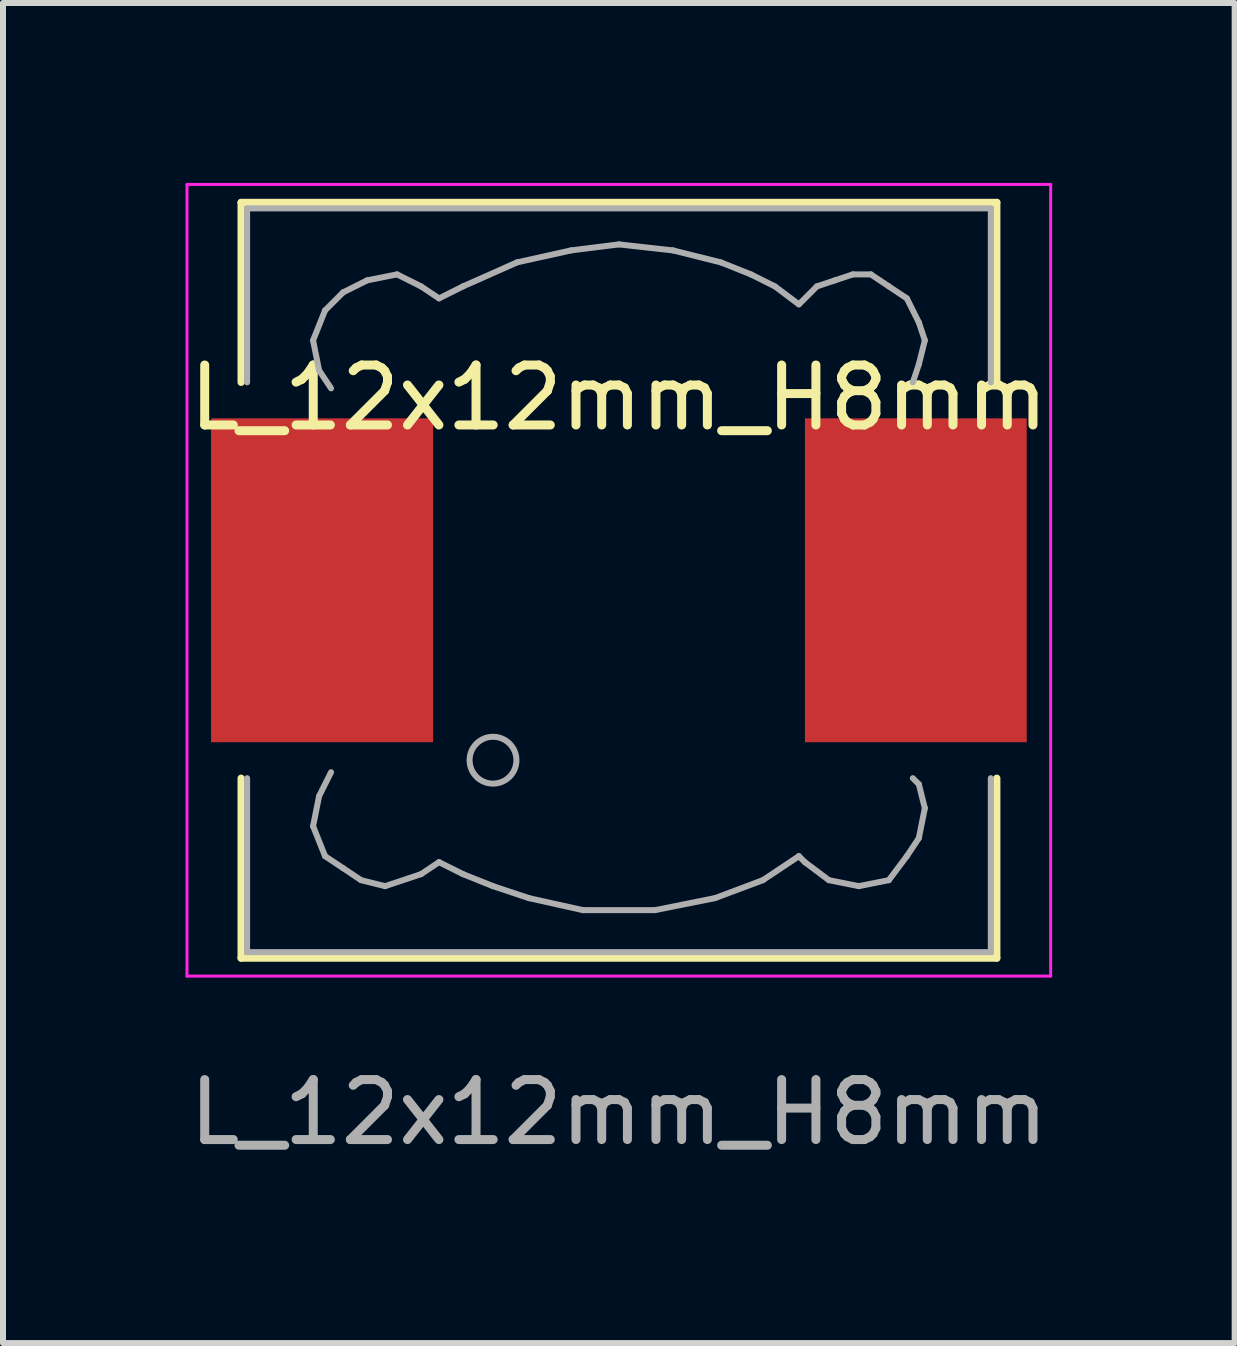
<source format=kicad_pcb>
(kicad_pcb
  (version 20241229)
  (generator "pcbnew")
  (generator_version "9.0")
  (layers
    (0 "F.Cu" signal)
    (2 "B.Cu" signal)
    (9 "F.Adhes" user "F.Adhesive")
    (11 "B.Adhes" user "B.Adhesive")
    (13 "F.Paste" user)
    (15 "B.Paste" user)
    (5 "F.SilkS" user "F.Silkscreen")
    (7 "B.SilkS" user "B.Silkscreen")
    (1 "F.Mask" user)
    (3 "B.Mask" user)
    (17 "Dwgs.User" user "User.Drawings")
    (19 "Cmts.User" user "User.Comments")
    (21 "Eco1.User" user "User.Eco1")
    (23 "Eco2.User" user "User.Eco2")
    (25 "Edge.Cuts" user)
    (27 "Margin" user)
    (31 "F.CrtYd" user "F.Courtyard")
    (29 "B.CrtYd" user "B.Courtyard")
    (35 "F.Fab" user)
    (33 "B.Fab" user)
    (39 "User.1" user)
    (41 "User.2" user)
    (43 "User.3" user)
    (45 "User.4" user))
  (footprint "L_12x12mm_H8mm"
    (layer "F.Cu")
    (at 7.268 6.502)
    (property "Reference" "L_12x12mm_H8mm" (at 0 -2.921 0) (unlocked yes) (layer "F.SilkS") (effects (font (size 1 1) (thickness 0.15))))
    (attr smd)
    (fp_line (start -6.298 -6.177) (end 6.302 -6.177) (stroke (width 0.12) (type solid)) (layer "F.SilkS"))
    (fp_line (start -6.298 -3.177) (end -6.298 -6.177) (stroke (width 0.12) (type solid)) (layer "F.SilkS"))
    (fp_line (start -6.298 6.423) (end -6.298 3.423) (stroke (width 0.12) (type solid)) (layer "F.SilkS"))
    (fp_line (start 6.302 -6.177) (end 6.302 -3.177) (stroke (width 0.12) (type solid)) (layer "F.SilkS"))
    (fp_line (start 6.302 3.423) (end 6.302 6.423) (stroke (width 0.12) (type solid)) (layer "F.SilkS"))
    (fp_line (start 6.302 6.423) (end -6.298 6.423) (stroke (width 0.12) (type solid)) (layer "F.SilkS"))
    (fp_line (start -7.2 -6.477) (end 7.2 -6.477) (stroke (width 0.05) (type solid)) (layer "F.CrtYd"))
    (fp_line (start -7.2 6.723) (end -7.2 -6.477) (stroke (width 0.05) (type solid)) (layer "F.CrtYd"))
    (fp_line (start 7.2 -6.477) (end 7.2 6.723) (stroke (width 0.05) (type solid)) (layer "F.CrtYd"))
    (fp_line (start 7.2 6.723) (end -7.2 6.723) (stroke (width 0.05) (type solid)) (layer "F.CrtYd"))
    (fp_line (start -6.198 -6.077) (end -6.198 -3.177) (stroke (width 0.1) (type solid)) (layer "F.Fab"))
    (fp_line (start -6.198 3.423) (end -6.198 6.323) (stroke (width 0.1) (type solid)) (layer "F.Fab"))
    (fp_line (start -6.198 6.323) (end 6.202 6.323) (stroke (width 0.1) (type solid)) (layer "F.Fab"))
    (fp_line (start -5.098 -3.877) (end -4.998 -3.377) (stroke (width 0.1) (type solid)) (layer "F.Fab"))
    (fp_line (start -5.098 4.223) (end -4.998 3.723) (stroke (width 0.1) (type solid)) (layer "F.Fab"))
    (fp_line (start -4.998 -3.377) (end -4.798 -3.077) (stroke (width 0.1) (type solid)) (layer "F.Fab"))
    (fp_line (start -4.998 3.723) (end -4.798 3.323) (stroke (width 0.1) (type solid)) (layer "F.Fab"))
    (fp_line (start -4.898 -4.377) (end -5.098 -3.877) (stroke (width 0.1) (type solid)) (layer "F.Fab"))
    (fp_line (start -4.898 4.723) (end -5.098 4.223) (stroke (width 0.1) (type solid)) (layer "F.Fab"))
    (fp_line (start -4.598 -4.677) (end -4.898 -4.377) (stroke (width 0.1) (type solid)) (layer "F.Fab"))
    (fp_line (start -4.598 4.923) (end -4.898 4.723) (stroke (width 0.1) (type solid)) (layer "F.Fab"))
    (fp_line (start -4.298 5.123) (end -4.598 4.923) (stroke (width 0.1) (type solid)) (layer "F.Fab"))
    (fp_line (start -4.198 -4.877) (end -4.598 -4.677) (stroke (width 0.1) (type solid)) (layer "F.Fab"))
    (fp_line (start -3.898 5.223) (end -4.298 5.123) (stroke (width 0.1) (type solid)) (layer "F.Fab"))
    (fp_line (start -3.698 -4.977) (end -4.198 -4.877) (stroke (width 0.1) (type solid)) (layer "F.Fab"))
    (fp_line (start -3.298 -4.777) (end -3.698 -4.977) (stroke (width 0.1) (type solid)) (layer "F.Fab"))
    (fp_line (start -3.298 5.023) (end -3.898 5.223) (stroke (width 0.1) (type solid)) (layer "F.Fab"))
    (fp_line (start -2.998 -4.577) (end -3.298 -4.777) (stroke (width 0.1) (type solid)) (layer "F.Fab"))
    (fp_line (start -2.998 4.823) (end -3.298 5.023) (stroke (width 0.1) (type solid)) (layer "F.Fab"))
    (fp_line (start -2.598 -4.777) (end -2.998 -4.577) (stroke (width 0.1) (type solid)) (layer "F.Fab"))
    (fp_line (start -2.598 5.023) (end -2.998 4.823) (stroke (width 0.1) (type solid)) (layer "F.Fab"))
    (fp_line (start -2.098 5.223) (end -2.598 5.023) (stroke (width 0.1) (type solid)) (layer "F.Fab"))
    (fp_line (start -1.698 -5.177) (end -2.598 -4.777) (stroke (width 0.1) (type solid)) (layer "F.Fab"))
    (fp_line (start -1.498 5.423) (end -2.098 5.223) (stroke (width 0.1) (type solid)) (layer "F.Fab"))
    (fp_line (start -0.798 -5.377) (end -1.698 -5.177) (stroke (width 0.1) (type solid)) (layer "F.Fab"))
    (fp_line (start -0.598 5.623) (end -1.498 5.423) (stroke (width 0.1) (type solid)) (layer "F.Fab"))
    (fp_line (start 0.002 -5.477) (end -0.798 -5.377) (stroke (width 0.1) (type solid)) (layer "F.Fab"))
    (fp_line (start 0.602 5.623) (end -0.598 5.623) (stroke (width 0.1) (type solid)) (layer "F.Fab"))
    (fp_line (start 0.902 -5.377) (end 0.002 -5.477) (stroke (width 0.1) (type solid)) (layer "F.Fab"))
    (fp_line (start 1.602 5.423) (end 0.602 5.623) (stroke (width 0.1) (type solid)) (layer "F.Fab"))
    (fp_line (start 1.702 -5.177) (end 0.902 -5.377) (stroke (width 0.1) (type solid)) (layer "F.Fab"))
    (fp_line (start 2.202 -4.977) (end 1.702 -5.177) (stroke (width 0.1) (type solid)) (layer "F.Fab"))
    (fp_line (start 2.402 5.123) (end 1.602 5.423) (stroke (width 0.1) (type solid)) (layer "F.Fab"))
    (fp_line (start 2.602 -4.777) (end 2.202 -4.977) (stroke (width 0.1) (type solid)) (layer "F.Fab"))
    (fp_line (start 3.002 -4.477) (end 2.602 -4.777) (stroke (width 0.1) (type solid)) (layer "F.Fab"))
    (fp_line (start 3.002 4.723) (end 2.402 5.123) (stroke (width 0.1) (type solid)) (layer "F.Fab"))
    (fp_line (start 3.102 4.823) (end 3.002 4.723) (stroke (width 0.1) (type solid)) (layer "F.Fab"))
    (fp_line (start 3.302 -4.777) (end 3.002 -4.477) (stroke (width 0.1) (type solid)) (layer "F.Fab"))
    (fp_line (start 3.502 5.123) (end 3.102 4.823) (stroke (width 0.1) (type solid)) (layer "F.Fab"))
    (fp_line (start 3.602 -4.877) (end 3.302 -4.777) (stroke (width 0.1) (type solid)) (layer "F.Fab"))
    (fp_line (start 3.902 -4.977) (end 3.602 -4.877) (stroke (width 0.1) (type solid)) (layer "F.Fab"))
    (fp_line (start 4.002 5.223) (end 3.502 5.123) (stroke (width 0.1) (type solid)) (layer "F.Fab"))
    (fp_line (start 4.202 -4.977) (end 3.902 -4.977) (stroke (width 0.1) (type solid)) (layer "F.Fab"))
    (fp_line (start 4.502 -4.777) (end 4.202 -4.977) (stroke (width 0.1) (type solid)) (layer "F.Fab"))
    (fp_line (start 4.502 5.123) (end 4.002 5.223) (stroke (width 0.1) (type solid)) (layer "F.Fab"))
    (fp_line (start 4.802 -4.577) (end 4.502 -4.777) (stroke (width 0.1) (type solid)) (layer "F.Fab"))
    (fp_line (start 4.802 4.723) (end 4.502 5.123) (stroke (width 0.1) (type solid)) (layer "F.Fab"))
    (fp_line (start 4.902 -3.177) (end 5.002 -3.477) (stroke (width 0.1) (type solid)) (layer "F.Fab"))
    (fp_line (start 4.902 3.423) (end 5.002 3.523) (stroke (width 0.1) (type solid)) (layer "F.Fab"))
    (fp_line (start 5.002 -4.177) (end 4.802 -4.577) (stroke (width 0.1) (type solid)) (layer "F.Fab"))
    (fp_line (start 5.002 -3.477) (end 5.102 -3.877) (stroke (width 0.1) (type solid)) (layer "F.Fab"))
    (fp_line (start 5.002 3.523) (end 5.102 3.923) (stroke (width 0.1) (type solid)) (layer "F.Fab"))
    (fp_line (start 5.002 4.423) (end 4.802 4.723) (stroke (width 0.1) (type solid)) (layer "F.Fab"))
    (fp_line (start 5.102 -3.877) (end 5.002 -4.177) (stroke (width 0.1) (type solid)) (layer "F.Fab"))
    (fp_line (start 5.102 3.923) (end 5.002 4.423) (stroke (width 0.1) (type solid)) (layer "F.Fab"))
    (fp_line (start 6.202 -6.077) (end -6.198 -6.077) (stroke (width 0.1) (type solid)) (layer "F.Fab"))
    (fp_line (start 6.202 -6.077) (end 6.202 -3.177) (stroke (width 0.1) (type solid)) (layer "F.Fab"))
    (fp_line (start 6.202 6.323) (end 6.202 3.423) (stroke (width 0.1) (type solid)) (layer "F.Fab"))
    (fp_circle (center -2.098 3.123) (end -1.798 3.373) (stroke (width 0.1) (type solid)) (fill no) (layer "F.Fab"))
    (fp_text user "${REFERENCE}" (at 0 8.993 0) (unlocked yes) (layer "F.Fab") (effects (font (size 1 1) (thickness 0.15))))
    (pad "1" smd rect (at -4.948 0.123) (size 3.702 5.4) (layers "F.Cu" "F.Mask" "F.Paste"))
    (pad "2" smd rect (at 4.952 0.123) (size 3.698 5.4) (layers "F.Cu" "F.Mask" "F.Paste")))
  (gr_rect
    (start -3 -3)
    (end 17.536 19.343)
    (stroke (width 0.1) (type default))
    (fill no)
    (layer "Edge.Cuts")))
</source>
